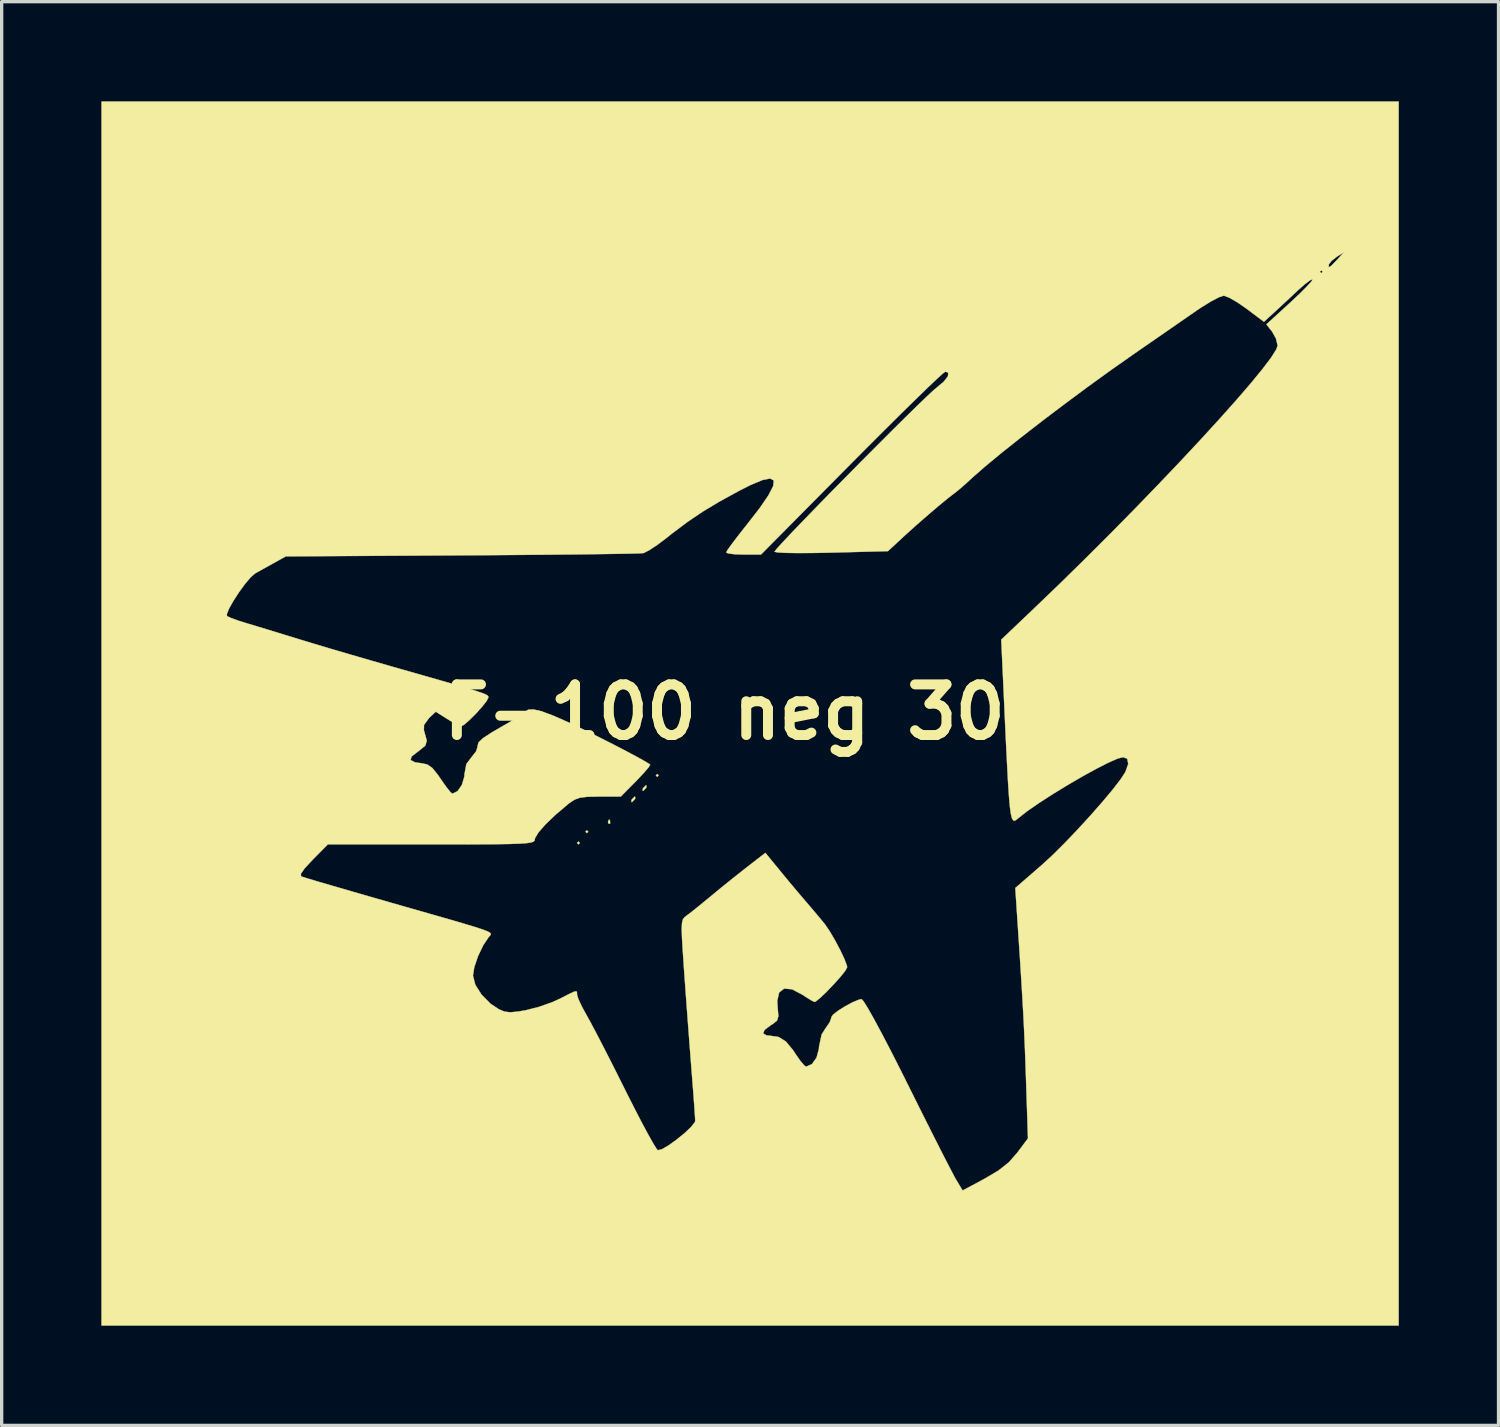
<source format=kicad_pcb>
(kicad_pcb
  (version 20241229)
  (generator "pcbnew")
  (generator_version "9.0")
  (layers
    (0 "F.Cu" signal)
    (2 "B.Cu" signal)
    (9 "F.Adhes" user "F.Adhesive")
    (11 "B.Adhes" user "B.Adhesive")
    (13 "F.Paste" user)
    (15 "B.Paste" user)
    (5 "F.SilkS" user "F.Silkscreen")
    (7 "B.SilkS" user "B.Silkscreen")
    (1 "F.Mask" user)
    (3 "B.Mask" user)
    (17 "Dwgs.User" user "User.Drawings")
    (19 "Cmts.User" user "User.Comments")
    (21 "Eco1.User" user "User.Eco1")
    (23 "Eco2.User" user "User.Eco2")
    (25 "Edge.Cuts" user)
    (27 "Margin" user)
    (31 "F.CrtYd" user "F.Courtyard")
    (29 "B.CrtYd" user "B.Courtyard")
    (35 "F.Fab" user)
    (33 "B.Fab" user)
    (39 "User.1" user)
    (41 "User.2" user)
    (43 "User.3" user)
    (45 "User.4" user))
  (footprint "F-100 neg 300"
    (layer "F.Cu")
    (at 19.478 18.378)
    (property "Reference" "F-100 neg 300" (at 0 0 0) (layer "F.SilkS") (effects (font (size 1.524 1.524) (thickness 0.3))))
    (attr through_hole)
    (fp_poly (pts (xy -5.08 3.937) (xy -5.122 3.979) (xy -5.165 3.937) (xy -5.122 3.895) (xy -5.08 3.937)) (stroke (width 0.01) (type solid)) (fill yes) (layer "F.SilkS"))
    (fp_poly (pts (xy -4.826 3.598) (xy -4.868 3.641) (xy -4.911 3.598) (xy -4.868 3.556) (xy -4.826 3.598)) (stroke (width 0.01) (type solid)) (fill yes) (layer "F.SilkS"))
    (fp_poly (pts (xy -2.709 1.905) (xy -2.752 1.947) (xy -2.794 1.905) (xy -2.752 1.863) (xy -2.709 1.905)) (stroke (width 0.01) (type solid)) (fill yes) (layer "F.SilkS"))
    (fp_poly (pts (xy -4.177 3.246) (xy -4.167 3.346) (xy -4.177 3.358) (xy -4.227 3.347) (xy -4.233 3.302) (xy -4.202 3.232) (xy -4.177 3.246)) (stroke (width 0.01) (type solid)) (fill yes) (layer "F.SilkS"))
    (fp_poly (pts (xy -3.413 2.595) (xy -3.429 2.625) (xy -3.509 2.706) (xy -3.524 2.709) (xy -3.529 2.655) (xy -3.514 2.625) (xy -3.434 2.544) (xy -3.419 2.54) (xy -3.413 2.595)) (stroke (width 0.01) (type solid)) (fill yes) (layer "F.SilkS"))
    (fp_poly (pts (xy -3.075 2.256) (xy -3.09 2.286) (xy -3.17 2.367) (xy -3.185 2.371) (xy -3.191 2.316) (xy -3.175 2.286) (xy -3.095 2.205) (xy -3.08 2.201) (xy -3.075 2.256)) (stroke (width 0.01) (type solid)) (fill yes) (layer "F.SilkS"))
    (fp_poly (pts (xy 19.558 18.457) (xy -19.473 18.457) (xy -19.473 -2.947) (xy -15.703 -2.947) (xy -15.697 -2.89) (xy -15.58 -2.833) (xy -15.353 -2.751) (xy -15.113 -2.676) (xy -14.83 -2.591) (xy -14.438 -2.472) (xy -13.989 -2.334) (xy -13.547 -2.198) (xy -13.144 -2.076) (xy -12.621 -1.919) (xy -12.017 -1.742) (xy -11.377 -1.556) (xy -10.74 -1.372) (xy -10.541 -1.316) (xy -9.806 -1.106) (xy -9.218 -0.938) (xy -8.76 -0.805) (xy -8.416 -0.703) (xy -8.169 -0.626) (xy -8.004 -0.57) (xy -7.904 -0.528) (xy -7.853 -0.495) (xy -7.834 -0.467) (xy -7.832 -0.44) (xy -7.887 -0.332) (xy -8.028 -0.154) (xy -8.215 0.053) (xy -8.408 0.245) (xy -8.567 0.382) (xy -8.645 0.423) (xy -8.758 0.381) (xy -8.956 0.275) (xy -9.07 0.205) (xy -9.415 -0.013) (xy -9.619 0.178) (xy -9.769 0.385) (xy -9.773 0.545) (xy -9.713 0.759) (xy -9.685 0.859) (xy -9.73 1.007) (xy -9.939 1.179) (xy -9.952 1.187) (xy -10.144 1.336) (xy -10.172 1.443) (xy -10.036 1.512) (xy -9.841 1.539) (xy -9.668 1.576) (xy -9.519 1.681) (xy -9.352 1.888) (xy -9.27 2.008) (xy -9.108 2.239) (xy -8.98 2.401) (xy -8.917 2.455) (xy -8.761 2.38) (xy -8.63 2.192) (xy -8.557 1.947) (xy -8.551 1.864) (xy -8.495 1.563) (xy -8.335 1.35) (xy -8.198 1.175) (xy -8.153 1.019) (xy -8.155 1.006) (xy -8.128 0.91) (xy -7.992 0.782) (xy -7.729 0.61) (xy -7.483 0.467) (xy -7.172 0.288) (xy -6.92 0.133) (xy -6.761 0.025) (xy -6.726 -0.008) (xy -6.635 -0.074) (xy -6.471 -0.08) (xy -6.22 -0.02) (xy -5.869 0.11) (xy -5.404 0.316) (xy -4.811 0.601) (xy -4.571 0.72) (xy -4.095 0.961) (xy -3.676 1.179) (xy -3.334 1.361) (xy -3.092 1.497) (xy -2.972 1.574) (xy -2.963 1.585) (xy -3.019 1.671) (xy -3.165 1.84) (xy -3.372 2.06) (xy -3.405 2.093) (xy -3.847 2.54) (xy -4.499 2.54) (xy -4.847 2.547) (xy -5.079 2.575) (xy -5.249 2.638) (xy -5.412 2.749) (xy -5.433 2.767) (xy -5.808 3.085) (xy -6.113 3.377) (xy -6.326 3.62) (xy -6.429 3.793) (xy -6.435 3.828) (xy -6.443 3.867) (xy -6.478 3.899) (xy -6.556 3.924) (xy -6.692 3.944) (xy -6.904 3.958) (xy -7.207 3.968) (xy -7.617 3.974) (xy -8.15 3.978) (xy -8.822 3.979) (xy -9.549 3.979) (xy -12.663 3.979) (xy -13.12 4.442) (xy -13.359 4.699) (xy -13.473 4.862) (xy -13.469 4.941) (xy -13.456 4.947) (xy -13.296 4.998) (xy -12.983 5.092) (xy -12.525 5.226) (xy -11.932 5.398) (xy -11.215 5.605) (xy -10.381 5.844) (xy -10.329 5.859) (xy -9.603 6.066) (xy -9.024 6.232) (xy -8.576 6.363) (xy -8.244 6.463) (xy -8.012 6.538) (xy -7.864 6.595) (xy -7.785 6.638) (xy -7.758 6.674) (xy -7.77 6.708) (xy -7.802 6.745) (xy -7.818 6.762) (xy -7.987 7.014) (xy -8.144 7.343) (xy -8.257 7.677) (xy -8.297 7.929) (xy -8.226 8.205) (xy -8.038 8.502) (xy -7.768 8.774) (xy -7.512 8.944) (xy -7.348 9.012) (xy -7.173 9.033) (xy -6.929 9.009) (xy -6.699 8.969) (xy -6.314 8.871) (xy -5.912 8.729) (xy -5.675 8.622) (xy -5.404 8.482) (xy -5.251 8.411) (xy -5.183 8.4) (xy -5.165 8.441) (xy -5.165 8.504) (xy -5.124 8.637) (xy -5.018 8.863) (xy -4.878 9.118) (xy -4.756 9.339) (xy -4.574 9.682) (xy -4.349 10.117) (xy -4.095 10.615) (xy -3.828 11.147) (xy -3.714 11.376) (xy -3.46 11.88) (xy -3.227 12.331) (xy -3.025 12.707) (xy -2.867 12.988) (xy -2.764 13.151) (xy -2.734 13.183) (xy -2.614 13.155) (xy -2.414 13.04) (xy -2.175 12.869) (xy -1.936 12.675) (xy -1.739 12.489) (xy -1.623 12.343) (xy -1.609 12.298) (xy -1.615 12.172) (xy -1.633 11.907) (xy -1.66 11.533) (xy -1.695 11.079) (xy -1.73 10.63) (xy -1.779 9.994) (xy -1.833 9.279) (xy -1.887 8.558) (xy -1.934 7.904) (xy -1.95 7.676) (xy -1.985 7.155) (xy -2.007 6.777) (xy -2.015 6.516) (xy -2.006 6.346) (xy -1.981 6.242) (xy -1.936 6.177) (xy -1.871 6.126) (xy -1.866 6.123) (xy -1.714 6.008) (xy -1.48 5.82) (xy -1.209 5.597) (xy -1.159 5.556) (xy -0.819 5.276) (xy -0.427 4.961) (xy -0.069 4.678) (xy -0.066 4.676) (xy 0.503 4.235) (xy 0.935 4.763) (xy 1.208 5.094) (xy 1.504 5.447) (xy 1.75 5.735) (xy 1.973 5.996) (xy 2.173 6.235) (xy 2.296 6.385) (xy 2.439 6.595) (xy 2.601 6.872) (xy 2.758 7.169) (xy 2.884 7.438) (xy 2.956 7.631) (xy 2.963 7.678) (xy 2.908 7.781) (xy 2.765 7.961) (xy 2.569 8.18) (xy 2.357 8.402) (xy 2.163 8.589) (xy 2.023 8.703) (xy 1.981 8.721) (xy 1.891 8.677) (xy 1.715 8.568) (xy 1.627 8.509) (xy 1.307 8.34) (xy 1.068 8.318) (xy 0.916 8.437) (xy 0.859 8.694) (xy 0.873 8.913) (xy 0.894 9.147) (xy 0.853 9.283) (xy 0.724 9.386) (xy 0.673 9.416) (xy 0.48 9.559) (xy 0.436 9.668) (xy 0.542 9.729) (xy 0.641 9.737) (xy 0.901 9.776) (xy 1.119 9.911) (xy 1.335 10.171) (xy 1.409 10.285) (xy 1.558 10.499) (xy 1.68 10.638) (xy 1.729 10.668) (xy 1.903 10.592) (xy 2.042 10.398) (xy 2.113 10.137) (xy 2.117 10.069) (xy 2.196 9.699) (xy 2.316 9.51) (xy 2.439 9.332) (xy 2.487 9.201) (xy 2.485 9.186) (xy 2.537 9.106) (xy 2.694 8.983) (xy 2.91 8.847) (xy 3.137 8.727) (xy 3.326 8.65) (xy 3.399 8.637) (xy 3.464 8.711) (xy 3.594 8.922) (xy 3.781 9.254) (xy 4.016 9.692) (xy 4.291 10.22) (xy 4.597 10.823) (xy 4.784 11.198) (xy 5.094 11.822) (xy 5.389 12.41) (xy 5.657 12.942) (xy 5.888 13.397) (xy 6.073 13.754) (xy 6.199 13.994) (xy 6.246 14.077) (xy 6.438 14.395) (xy 7.1 14.04) (xy 7.521 13.791) (xy 7.83 13.545) (xy 8.08 13.26) (xy 8.083 13.256) (xy 8.404 12.827) (xy 8.347 11.091) (xy 8.329 10.572) (xy 8.311 10.097) (xy 8.291 9.637) (xy 8.268 9.164) (xy 8.239 8.65) (xy 8.204 8.066) (xy 8.161 7.385) (xy 8.108 6.578) (xy 8.076 6.096) (xy 8.023 5.292) (xy 8.833 4.589) (xy 9.145 4.302) (xy 9.505 3.944) (xy 9.89 3.541) (xy 10.275 3.121) (xy 10.636 2.711) (xy 10.949 2.337) (xy 11.189 2.026) (xy 11.333 1.807) (xy 11.334 1.805) (xy 11.422 1.558) (xy 11.391 1.402) (xy 11.265 1.355) (xy 11.098 1.399) (xy 10.82 1.522) (xy 10.459 1.706) (xy 10.042 1.935) (xy 9.599 2.193) (xy 9.159 2.462) (xy 8.749 2.726) (xy 8.398 2.968) (xy 8.136 3.172) (xy 8.115 3.19) (xy 8.053 3.242) (xy 8.001 3.268) (xy 7.957 3.255) (xy 7.92 3.188) (xy 7.888 3.053) (xy 7.859 2.838) (xy 7.832 2.527) (xy 7.804 2.107) (xy 7.775 1.563) (xy 7.741 0.883) (xy 7.702 0.051) (xy 7.69 -0.222) (xy 7.6 -2.18) (xy 8.605 -3.137) (xy 9.354 -3.857) (xy 10.107 -4.596) (xy 10.856 -5.343) (xy 11.589 -6.087) (xy 12.296 -6.818) (xy 12.969 -7.525) (xy 13.597 -8.197) (xy 14.171 -8.825) (xy 14.68 -9.396) (xy 15.115 -9.901) (xy 15.466 -10.33) (xy 15.723 -10.67) (xy 15.876 -10.913) (xy 15.917 -11.032) (xy 15.865 -11.246) (xy 15.748 -11.453) (xy 15.579 -11.668) (xy 16.298 -12.326) (xy 16.577 -12.588) (xy 16.798 -12.809) (xy 16.937 -12.963) (xy 16.973 -13.027) (xy 16.895 -12.996) (xy 16.732 -12.874) (xy 16.529 -12.694) (xy 16.256 -12.438) (xy 15.975 -12.177) (xy 15.817 -12.031) (xy 15.505 -11.746) (xy 14.983 -12.138) (xy 14.71 -12.327) (xy 14.47 -12.467) (xy 14.307 -12.529) (xy 14.292 -12.531) (xy 14.151 -12.484) (xy 13.913 -12.36) (xy 13.621 -12.18) (xy 13.475 -12.082) (xy 13.183 -11.88) (xy 12.792 -11.609) (xy 12.34 -11.296) (xy 11.867 -10.969) (xy 11.557 -10.754) (xy 10.891 -10.286) (xy 10.197 -9.784) (xy 9.499 -9.266) (xy 8.818 -8.751) (xy 8.179 -8.255) (xy 7.604 -7.797) (xy 7.118 -7.395) (xy 6.742 -7.066) (xy 6.67 -6.999) (xy 6.451 -6.8) (xy 6.255 -6.636) (xy 6.188 -6.585) (xy 6.002 -6.442) (xy 5.726 -6.215) (xy 5.398 -5.935) (xy 5.053 -5.634) (xy 4.727 -5.341) (xy 4.614 -5.237) (xy 4.191 -4.844) (xy 2.472 -4.799) (xy 1.941 -4.789) (xy 1.483 -4.786) (xy 1.122 -4.792) (xy 0.88 -4.805) (xy 0.779 -4.824) (xy 0.778 -4.828) (xy 0.847 -4.917) (xy 1.02 -5.108) (xy 1.282 -5.387) (xy 1.618 -5.737) (xy 2.011 -6.143) (xy 2.446 -6.589) (xy 2.908 -7.058) (xy 3.38 -7.536) (xy 3.847 -8.005) (xy 4.293 -8.451) (xy 4.702 -8.857) (xy 5.059 -9.207) (xy 5.349 -9.486) (xy 5.554 -9.678) (xy 5.652 -9.76) (xy 5.873 -9.947) (xy 5.996 -10.107) (xy 6.005 -10.214) (xy 5.917 -10.245) (xy 5.84 -10.186) (xy 5.656 -10.019) (xy 5.378 -9.755) (xy 5.019 -9.406) (xy 4.589 -8.985) (xy 4.103 -8.502) (xy 3.571 -7.971) (xy 3.096 -7.493) (xy 0.37 -4.741) (xy -0.154 -4.741) (xy -0.426 -4.751) (xy -0.616 -4.775) (xy -0.677 -4.805) (xy -0.627 -4.892) (xy -0.49 -5.082) (xy -0.289 -5.345) (xy -0.059 -5.636) (xy 0.331 -6.138) (xy 0.597 -6.527) (xy 0.738 -6.803) (xy 0.756 -6.97) (xy 0.648 -7.03) (xy 0.415 -6.984) (xy 0.056 -6.834) (xy -0.269 -6.67) (xy -0.875 -6.338) (xy -1.38 -6.035) (xy -1.839 -5.725) (xy -2.308 -5.373) (xy -2.484 -5.233) (xy -2.753 -5.03) (xy -2.993 -4.872) (xy -3.156 -4.789) (xy -3.171 -4.785) (xy -3.285 -4.778) (xy -3.552 -4.77) (xy -3.959 -4.763) (xy -4.491 -4.755) (xy -5.132 -4.747) (xy -5.868 -4.739) (xy -6.683 -4.732) (xy -7.562 -4.725) (xy -8.491 -4.719) (xy -8.636 -4.718) (xy -13.928 -4.687) (xy -14.299 -4.481) (xy -14.557 -4.338) (xy -14.781 -4.213) (xy -14.851 -4.174) (xy -14.985 -4.058) (xy -15.156 -3.856) (xy -15.338 -3.606) (xy -15.507 -3.345) (xy -15.637 -3.113) (xy -15.703 -2.947) (xy -19.473 -2.947) (xy -19.473 -13.25) (xy 17.187 -13.25) (xy 17.23 -13.208) (xy 17.272 -13.25) (xy 17.23 -13.293) (xy 17.187 -13.25) (xy -19.473 -13.25) (xy -19.473 -13.386) (xy 17.45 -13.386) (xy 17.528 -13.427) (xy 17.698 -13.603) (xy 17.702 -13.606) (xy 17.907 -13.835) (xy 17.7 -13.705) (xy 17.538 -13.578) (xy 17.46 -13.476) (xy 17.45 -13.386) (xy -19.473 -13.386) (xy -19.473 -18.373) (xy 19.558 -18.373) (xy 19.558 18.457)) (stroke (width 0.01) (type solid)) (fill yes) (layer "F.SilkS")))
  (gr_rect
    (start -3 -3)
    (end 42.041 39.84)
    (stroke (width 0.1) (type default))
    (fill no)
    (layer "Edge.Cuts")))
</source>
